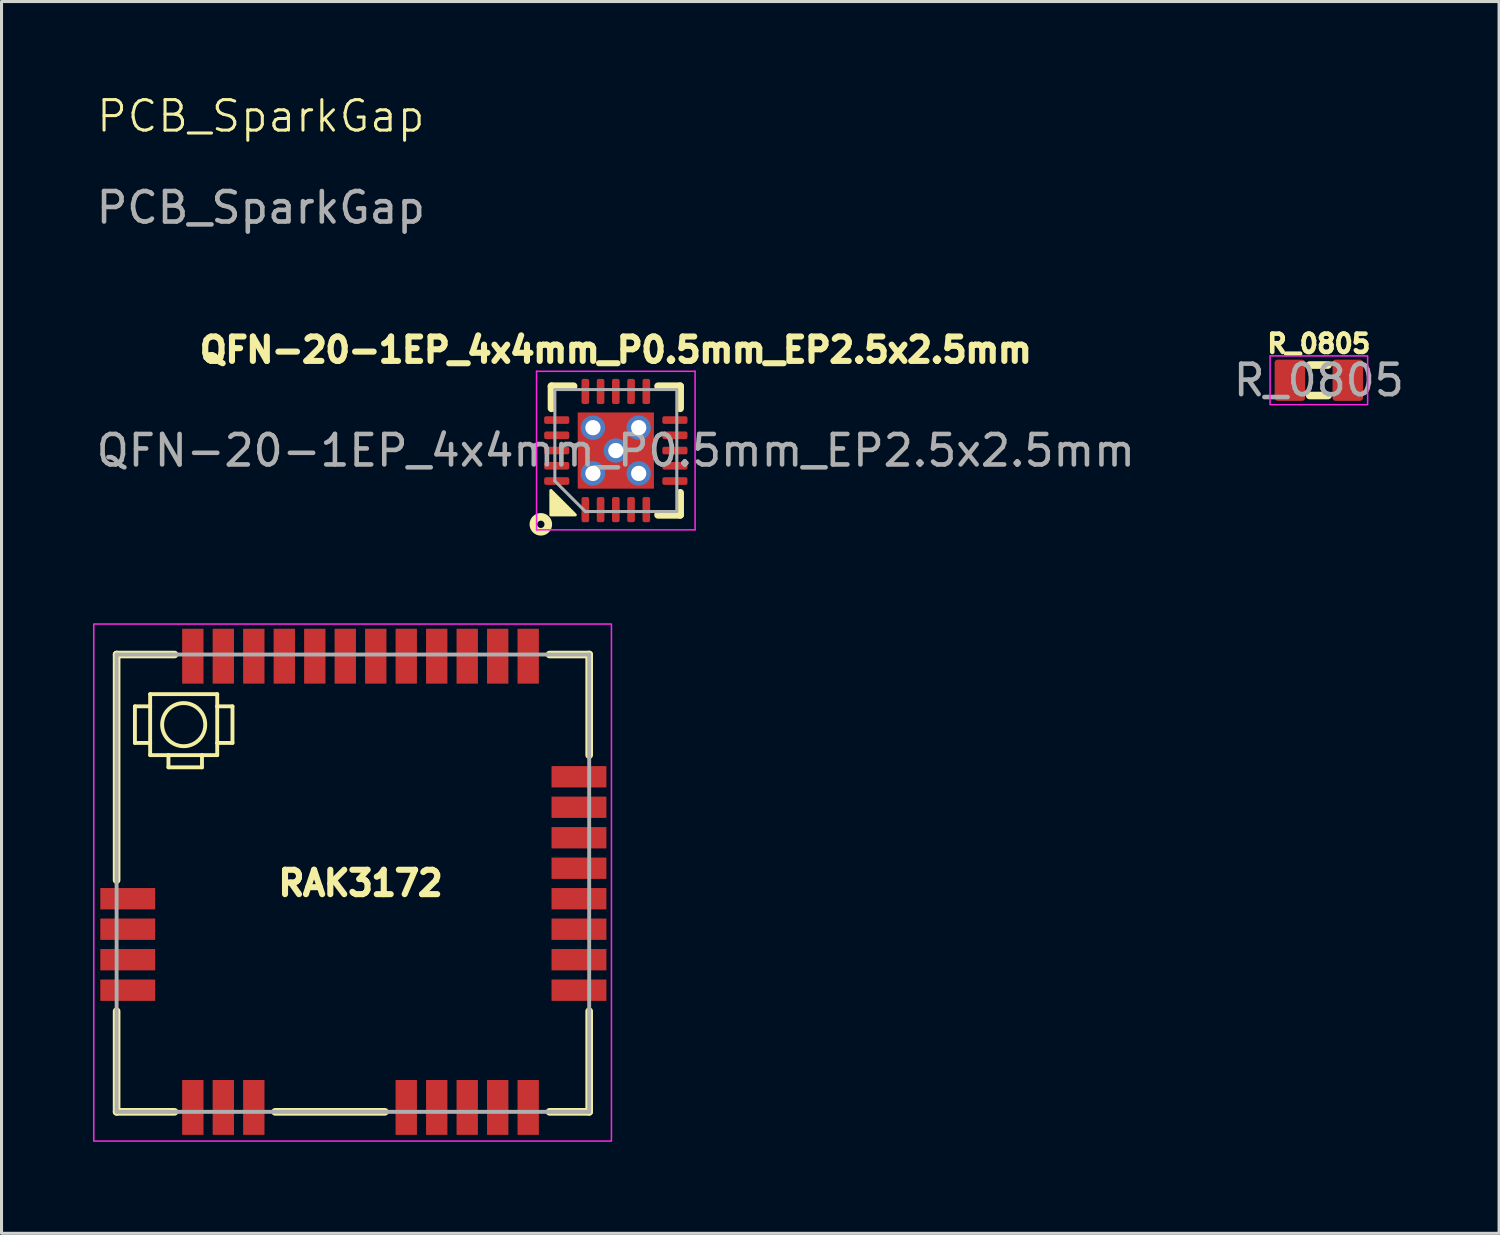
<source format=kicad_pcb>
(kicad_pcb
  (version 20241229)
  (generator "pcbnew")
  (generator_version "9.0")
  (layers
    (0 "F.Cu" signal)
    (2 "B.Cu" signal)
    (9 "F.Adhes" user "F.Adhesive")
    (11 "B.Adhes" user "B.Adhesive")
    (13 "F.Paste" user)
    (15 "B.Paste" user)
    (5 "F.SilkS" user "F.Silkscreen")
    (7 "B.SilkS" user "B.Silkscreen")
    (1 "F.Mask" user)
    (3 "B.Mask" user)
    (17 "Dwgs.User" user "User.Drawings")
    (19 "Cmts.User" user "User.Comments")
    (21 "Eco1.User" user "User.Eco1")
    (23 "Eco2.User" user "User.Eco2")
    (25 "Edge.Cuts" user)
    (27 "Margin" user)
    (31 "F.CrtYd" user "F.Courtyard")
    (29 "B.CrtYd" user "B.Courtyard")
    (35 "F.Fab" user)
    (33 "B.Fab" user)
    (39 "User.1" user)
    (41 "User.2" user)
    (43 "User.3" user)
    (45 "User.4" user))
  (footprint "PCB_SparkGap"
    (layer "F.Cu")
    (at 5.506 1.26)
    (property "Reference" "PCB_SparkGap" (at 0 -0.5 0) (unlocked yes) (layer "F.SilkS") (effects (font (size 1 1) (thickness 0.1))))
    (attr smd)
    (fp_text user "${REFERENCE}" (at 0 2.5 0) (unlocked yes) (layer "F.Fab") (effects (font (size 1 1) (thickness 0.15)))))
  (footprint "R_0805"
    (layer "F.Cu")
    (at 40.208 9.423)
    (property "Reference" "R_0805" (at 0 -1.2 0) (unlocked yes) (layer "F.SilkS") (effects (font (size 0.6 0.6) (thickness 0.15) (bold yes))))
    (attr smd)
    (fp_line (start -0.3 -0.5) (end 0.3 -0.5) (stroke (width 0.25) (type default)) (layer "F.SilkS"))
    (fp_line (start -0.3 0.5) (end 0.3 0.5) (stroke (width 0.25) (type default)) (layer "F.SilkS"))
    (fp_rect (start -1.6 -0.8) (end 1.6 0.8) (stroke (width 0.05) (type default)) (fill no) (layer "F.CrtYd"))
    (fp_text user "${REFERENCE}" (at 0 0 0) (unlocked yes) (layer "F.Fab") (effects (font (size 1 1) (thickness 0.15))))
    (pad "1" smd roundrect (at -0.95 0) (size 1 1.35) (layers "F.Cu" "F.Mask" "F.Paste") (roundrect_rratio 0.1))
    (pad "2" smd roundrect (at 0.95 0) (size 1 1.35) (layers "F.Cu" "F.Mask" "F.Paste") (roundrect_rratio 0.1)))
  (footprint "QFN-20-1EP_4x4mm_P0.5mm_EP2.5x2.5mm"
    (layer "F.Cu")
    (at 17.149 11.728)
    (property "Reference" "QFN-20-1EP_4x4mm_P0.5mm_EP2.5x2.5mm" (at 0 -3.3 0) (layer "F.SilkS") (effects (font (size 0.8 0.8) (thickness 0.2) (bold yes))))
    (attr smd)
    (fp_line (start -2.11 -2.11) (end -1.385 -2.11) (stroke (width 0.25) (type solid)) (layer "F.SilkS"))
    (fp_line (start -2.11 -1.385) (end -2.11 -2.11) (stroke (width 0.25) (type solid)) (layer "F.SilkS"))
    (fp_line (start 2.11 -2.11) (end 1.385 -2.11) (stroke (width 0.25) (type solid)) (layer "F.SilkS"))
    (fp_line (start 2.11 -1.385) (end 2.11 -2.11) (stroke (width 0.25) (type solid)) (layer "F.SilkS"))
    (fp_line (start 2.11 1.385) (end 2.11 2.11) (stroke (width 0.25) (type solid)) (layer "F.SilkS"))
    (fp_line (start 2.11 2.11) (end 1.385 2.11) (stroke (width 0.25) (type solid)) (layer "F.SilkS"))
    (fp_circle (center -2.46 2.42) (end -2.46 2.54) (stroke (width 0.25) (type solid)) (fill no) (layer "F.SilkS"))
    (fp_poly (pts (xy -2.13 2.11) (xy -2.13 1.31) (xy -1.33 2.11)) (stroke (width 0.1) (type solid)) (fill yes) (layer "F.SilkS"))
    (fp_line (start -2.6 -2.6) (end -2.6 2.6) (stroke (width 0.05) (type solid)) (layer "F.CrtYd"))
    (fp_line (start -2.6 2.6) (end 2.6 2.6) (stroke (width 0.05) (type solid)) (layer "F.CrtYd"))
    (fp_line (start 2.6 -2.6) (end -2.6 -2.6) (stroke (width 0.05) (type solid)) (layer "F.CrtYd"))
    (fp_line (start 2.6 2.6) (end 2.6 -2.6) (stroke (width 0.05) (type solid)) (layer "F.CrtYd"))
    (fp_line (start -2 -2) (end 2 -2) (stroke (width 0.1) (type solid)) (layer "F.Fab"))
    (fp_line (start -2 1) (end -2 -2) (stroke (width 0.1) (type solid)) (layer "F.Fab"))
    (fp_line (start -1 2) (end -2 1) (stroke (width 0.1) (type solid)) (layer "F.Fab"))
    (fp_line (start 2 -2) (end 2 2) (stroke (width 0.1) (type solid)) (layer "F.Fab"))
    (fp_line (start 2 2) (end -1 2) (stroke (width 0.1) (type solid)) (layer "F.Fab"))
    (fp_text user "${REFERENCE}" (at 0 0 0) (layer "F.Fab") (effects (font (size 1 1) (thickness 0.15))))
    (pad "" smd roundrect (at -0.625 -0.625 90) (size 1.01 1.01) (layers "F.Paste") (roundrect_rratio 0.248))
    (pad "" smd roundrect (at -0.625 0.625 90) (size 1.01 1.01) (layers "F.Paste") (roundrect_rratio 0.248))
    (pad "" smd roundrect (at 0.625 -0.625 90) (size 1.01 1.01) (layers "F.Paste") (roundrect_rratio 0.248))
    (pad "" smd roundrect (at 0.625 0.625 90) (size 1.01 1.01) (layers "F.Paste") (roundrect_rratio 0.248))
    (pad "1" smd roundrect (at -1 1.938 90) (size 0.825 0.25) (layers "F.Cu" "F.Mask" "F.Paste") (roundrect_rratio 0.25))
    (pad "2" smd roundrect (at -0.5 1.938 90) (size 0.825 0.25) (layers "F.Cu" "F.Mask" "F.Paste") (roundrect_rratio 0.25))
    (pad "3" smd roundrect (at 0 1.938 90) (size 0.825 0.25) (layers "F.Cu" "F.Mask" "F.Paste") (roundrect_rratio 0.25))
    (pad "4" smd roundrect (at 0.5 1.938 90) (size 0.825 0.25) (layers "F.Cu" "F.Mask" "F.Paste") (roundrect_rratio 0.25))
    (pad "5" smd roundrect (at 1 1.938 90) (size 0.825 0.25) (layers "F.Cu" "F.Mask" "F.Paste") (roundrect_rratio 0.25))
    (pad "6" smd roundrect (at 1.938 1 90) (size 0.25 0.825) (layers "F.Cu" "F.Mask" "F.Paste") (roundrect_rratio 0.25))
    (pad "7" smd roundrect (at 1.938 0.5 90) (size 0.25 0.825) (layers "F.Cu" "F.Mask" "F.Paste") (roundrect_rratio 0.25))
    (pad "8" smd roundrect (at 1.938 0 90) (size 0.25 0.825) (layers "F.Cu" "F.Mask" "F.Paste") (roundrect_rratio 0.25))
    (pad "9" smd roundrect (at 1.938 -0.5 90) (size 0.25 0.825) (layers "F.Cu" "F.Mask" "F.Paste") (roundrect_rratio 0.25))
    (pad "10" smd roundrect (at 1.938 -1 90) (size 0.25 0.825) (layers "F.Cu" "F.Mask" "F.Paste") (roundrect_rratio 0.25))
    (pad "11" smd roundrect (at 1 -1.938 90) (size 0.825 0.25) (layers "F.Cu" "F.Mask" "F.Paste") (roundrect_rratio 0.25))
    (pad "12" smd roundrect (at 0.5 -1.938 90) (size 0.825 0.25) (layers "F.Cu" "F.Mask" "F.Paste") (roundrect_rratio 0.25))
    (pad "13" smd roundrect (at 0 -1.938 90) (size 0.825 0.25) (layers "F.Cu" "F.Mask" "F.Paste") (roundrect_rratio 0.25))
    (pad "14" smd roundrect (at -0.5 -1.938 90) (size 0.825 0.25) (layers "F.Cu" "F.Mask" "F.Paste") (roundrect_rratio 0.25))
    (pad "15" smd roundrect (at -1 -1.938 90) (size 0.825 0.25) (layers "F.Cu" "F.Mask" "F.Paste") (roundrect_rratio 0.25))
    (pad "16" smd roundrect (at -1.938 -1 90) (size 0.25 0.825) (layers "F.Cu" "F.Mask" "F.Paste") (roundrect_rratio 0.25))
    (pad "17" smd roundrect (at -1.938 -0.5 90) (size 0.25 0.825) (layers "F.Cu" "F.Mask" "F.Paste") (roundrect_rratio 0.25))
    (pad "18" smd roundrect (at -1.938 0 90) (size 0.25 0.825) (layers "F.Cu" "F.Mask" "F.Paste") (roundrect_rratio 0.25))
    (pad "19" smd roundrect (at -1.938 0.5 90) (size 0.25 0.825) (layers "F.Cu" "F.Mask" "F.Paste") (roundrect_rratio 0.25))
    (pad "20" smd roundrect (at -1.938 1 90) (size 0.25 0.825) (layers "F.Cu" "F.Mask" "F.Paste") (roundrect_rratio 0.25))
    (pad "21" thru_hole circle (at -0.75 -0.75) (size 0.8 0.8) (drill 0.5) (layers "*.Cu" "*.Mask"))
    (pad "21" thru_hole circle (at -0.75 0.75) (size 0.8 0.8) (drill 0.5) (layers "*.Cu" "*.Mask"))
    (pad "21" thru_hole circle (at 0 0) (size 0.8 0.8) (drill 0.5) (layers "*.Cu" "*.Mask"))
    (pad "21" smd rect (at 0 0 90) (size 2.5 2.5) (layers "F.Cu" "F.Mask"))
    (pad "21" thru_hole circle (at 0.75 -0.75) (size 0.8 0.8) (drill 0.5) (layers "*.Cu" "*.Mask"))
    (pad "21" thru_hole circle (at 0.75 0.75) (size 0.8 0.8) (drill 0.5) (layers "*.Cu" "*.Mask")))
  (footprint "RAK3172"
    (layer "F.Cu")
    (at 0.775 33.418)
    (property "Reference" "RAK3172" (at 8 -7.5 0) (layer "F.SilkS") (effects (font (size 0.8 0.8) (thickness 0.2))))
    (attr smd)
    (fp_line (start 0 -15) (end 1.9 -15) (stroke (width 0.25) (type default)) (layer "F.SilkS"))
    (fp_line (start 0 -7.6) (end 0 -15) (stroke (width 0.25) (type default)) (layer "F.SilkS"))
    (fp_line (start 0 -3.3) (end 0 0) (stroke (width 0.25) (type default)) (layer "F.SilkS"))
    (fp_line (start 0 0) (end 1.9 0) (stroke (width 0.25) (type default)) (layer "F.SilkS"))
    (fp_line (start 0.6 -13.3) (end 1.1 -13.3) (stroke (width 0.127) (type solid)) (layer "F.SilkS"))
    (fp_line (start 0.6 -12.1) (end 0.6 -13.3) (stroke (width 0.127) (type solid)) (layer "F.SilkS"))
    (fp_line (start 1.1 -13.7) (end 3.3 -13.7) (stroke (width 0.127) (type solid)) (layer "F.SilkS"))
    (fp_line (start 1.1 -13.3) (end 1.1 -13.7) (stroke (width 0.127) (type solid)) (layer "F.SilkS"))
    (fp_line (start 1.1 -12.1) (end 0.6 -12.1) (stroke (width 0.127) (type solid)) (layer "F.SilkS"))
    (fp_line (start 1.1 -12.1) (end 1.1 -13.3) (stroke (width 0.127) (type solid)) (layer "F.SilkS"))
    (fp_line (start 1.1 -11.7) (end 1.1 -12.1) (stroke (width 0.127) (type solid)) (layer "F.SilkS"))
    (fp_line (start 1.7 -11.7) (end 1.1 -11.7) (stroke (width 0.127) (type solid)) (layer "F.SilkS"))
    (fp_line (start 1.7 -11.3) (end 1.7 -11.7) (stroke (width 0.127) (type solid)) (layer "F.SilkS"))
    (fp_line (start 1.7 -11.3) (end 2.8 -11.3) (stroke (width 0.127) (type solid)) (layer "F.SilkS"))
    (fp_line (start 2.8 -11.7) (end 1.7 -11.7) (stroke (width 0.127) (type solid)) (layer "F.SilkS"))
    (fp_line (start 2.8 -11.3) (end 2.8 -11.7) (stroke (width 0.127) (type solid)) (layer "F.SilkS"))
    (fp_line (start 3.3 -13.7) (end 3.3 -13.3) (stroke (width 0.127) (type solid)) (layer "F.SilkS"))
    (fp_line (start 3.3 -13.3) (end 3.3 -12.1) (stroke (width 0.127) (type solid)) (layer "F.SilkS"))
    (fp_line (start 3.3 -12.1) (end 3.3 -11.7) (stroke (width 0.127) (type solid)) (layer "F.SilkS"))
    (fp_line (start 3.3 -11.7) (end 2.8 -11.7) (stroke (width 0.127) (type solid)) (layer "F.SilkS"))
    (fp_line (start 3.8 -13.3) (end 3.3 -13.3) (stroke (width 0.127) (type solid)) (layer "F.SilkS"))
    (fp_line (start 3.8 -13.3) (end 3.8 -12.1) (stroke (width 0.127) (type solid)) (layer "F.SilkS"))
    (fp_line (start 3.8 -12.1) (end 3.3 -12.1) (stroke (width 0.127) (type solid)) (layer "F.SilkS"))
    (fp_line (start 5.2 0) (end 8.8 0) (stroke (width 0.25) (type default)) (layer "F.SilkS"))
    (fp_line (start 14.2 -15) (end 15.5 -15) (stroke (width 0.25) (type default)) (layer "F.SilkS"))
    (fp_line (start 15.5 -15) (end 15.5 -11.7) (stroke (width 0.25) (type default)) (layer "F.SilkS"))
    (fp_line (start 15.5 -3.3) (end 15.5 0) (stroke (width 0.25) (type default)) (layer "F.SilkS"))
    (fp_line (start 15.5 0) (end 14.2 0) (stroke (width 0.25) (type default)) (layer "F.SilkS"))
    (fp_circle (center 2.2 -12.7) (end 2.907 -12.7) (stroke (width 0.127) (type solid)) (fill no) (layer "F.SilkS"))
    (fp_rect (start -0.75 -16) (end 16.23 0.96) (stroke (width 0.05) (type default)) (fill no) (layer "F.CrtYd"))
    (fp_line (start 0 -15) (end 0 0) (stroke (width 0.127) (type solid)) (layer "F.Fab"))
    (fp_line (start 0 0) (end 15.5 0) (stroke (width 0.127) (type solid)) (layer "F.Fab"))
    (fp_line (start 15.5 -15) (end 0 -15) (stroke (width 0.127) (type solid)) (layer "F.Fab"))
    (fp_line (start 15.5 0) (end 15.5 -15) (stroke (width 0.127) (type solid)) (layer "F.Fab"))
    (pad "1" smd rect (at 13.5 -14.945 90) (size 1.8 0.7) (layers "F.Cu" "F.Mask" "F.Paste"))
    (pad "2" smd rect (at 12.5 -14.945 90) (size 1.8 0.7) (layers "F.Cu" "F.Mask" "F.Paste"))
    (pad "3" smd rect (at 11.5 -14.945 90) (size 1.8 0.7) (layers "F.Cu" "F.Mask" "F.Paste"))
    (pad "4" smd rect (at 10.5 -14.945 90) (size 1.8 0.7) (layers "F.Cu" "F.Mask" "F.Paste"))
    (pad "5" smd rect (at 9.5 -14.945 90) (size 1.8 0.7) (layers "F.Cu" "F.Mask" "F.Paste"))
    (pad "6" smd rect (at 8.5 -14.945 90) (size 1.8 0.7) (layers "F.Cu" "F.Mask" "F.Paste"))
    (pad "7" smd rect (at 7.5 -14.945 90) (size 1.8 0.7) (layers "F.Cu" "F.Mask" "F.Paste"))
    (pad "8" smd rect (at 6.5 -14.945 90) (size 1.8 0.7) (layers "F.Cu" "F.Mask" "F.Paste"))
    (pad "9" smd rect (at 5.5 -14.945 90) (size 1.8 0.7) (layers "F.Cu" "F.Mask" "F.Paste"))
    (pad "10" smd rect (at 4.5 -14.945 90) (size 1.8 0.7) (layers "F.Cu" "F.Mask" "F.Paste"))
    (pad "11" smd rect (at 3.5 -14.945 90) (size 1.8 0.7) (layers "F.Cu" "F.Mask" "F.Paste"))
    (pad "12" smd rect (at 2.5 -14.945 90) (size 1.8 0.7) (layers "F.Cu" "F.Mask" "F.Paste"))
    (pad "13" smd rect (at 0.365 -6.99 180) (size 1.8 0.7) (layers "F.Cu" "F.Mask" "F.Paste"))
    (pad "14" smd rect (at 0.365 -5.99 180) (size 1.8 0.7) (layers "F.Cu" "F.Mask" "F.Paste"))
    (pad "15" smd rect (at 0.365 -4.99 180) (size 1.8 0.7) (layers "F.Cu" "F.Mask" "F.Paste"))
    (pad "16" smd rect (at 0.365 -3.99 180) (size 1.8 0.7) (layers "F.Cu" "F.Mask" "F.Paste"))
    (pad "17" smd rect (at 2.5 -0.145 90) (size 1.8 0.7) (layers "F.Cu" "F.Mask" "F.Paste"))
    (pad "18" smd rect (at 3.5 -0.145 90) (size 1.8 0.7) (layers "F.Cu" "F.Mask" "F.Paste"))
    (pad "19" smd rect (at 4.5 -0.145 90) (size 1.8 0.7) (layers "F.Cu" "F.Mask" "F.Paste"))
    (pad "20" smd rect (at 9.5 -0.145 90) (size 1.8 0.7) (layers "F.Cu" "F.Mask" "F.Paste"))
    (pad "21" smd rect (at 10.5 -0.145 90) (size 1.8 0.7) (layers "F.Cu" "F.Mask" "F.Paste"))
    (pad "22" smd rect (at 11.5 -0.145 90) (size 1.8 0.7) (layers "F.Cu" "F.Mask" "F.Paste"))
    (pad "23" smd rect (at 12.5 -0.145 90) (size 1.8 0.7) (layers "F.Cu" "F.Mask" "F.Paste"))
    (pad "24" smd rect (at 13.5 -0.145 90) (size 1.8 0.7) (layers "F.Cu" "F.Mask" "F.Paste"))
    (pad "25" smd rect (at 15.165 -3.99 180) (size 1.8 0.7) (layers "F.Cu" "F.Mask" "F.Paste"))
    (pad "26" smd rect (at 15.165 -4.99 180) (size 1.8 0.7) (layers "F.Cu" "F.Mask" "F.Paste"))
    (pad "27" smd rect (at 15.165 -5.99 180) (size 1.8 0.7) (layers "F.Cu" "F.Mask" "F.Paste"))
    (pad "28" smd rect (at 15.165 -6.99 180) (size 1.8 0.7) (layers "F.Cu" "F.Mask" "F.Paste"))
    (pad "29" smd rect (at 15.165 -7.99 180) (size 1.8 0.7) (layers "F.Cu" "F.Mask" "F.Paste"))
    (pad "30" smd rect (at 15.165 -8.99 180) (size 1.8 0.7) (layers "F.Cu" "F.Mask" "F.Paste"))
    (pad "31" smd rect (at 15.165 -9.99 180) (size 1.8 0.7) (layers "F.Cu" "F.Mask" "F.Paste"))
    (pad "32" smd rect (at 15.165 -10.99 180) (size 1.8 0.7) (layers "F.Cu" "F.Mask" "F.Paste")))
  (gr_rect
    (start -3 -3)
    (end 46.119 37.403)
    (stroke (width 0.1) (type default))
    (fill no)
    (layer "Edge.Cuts")))
</source>
